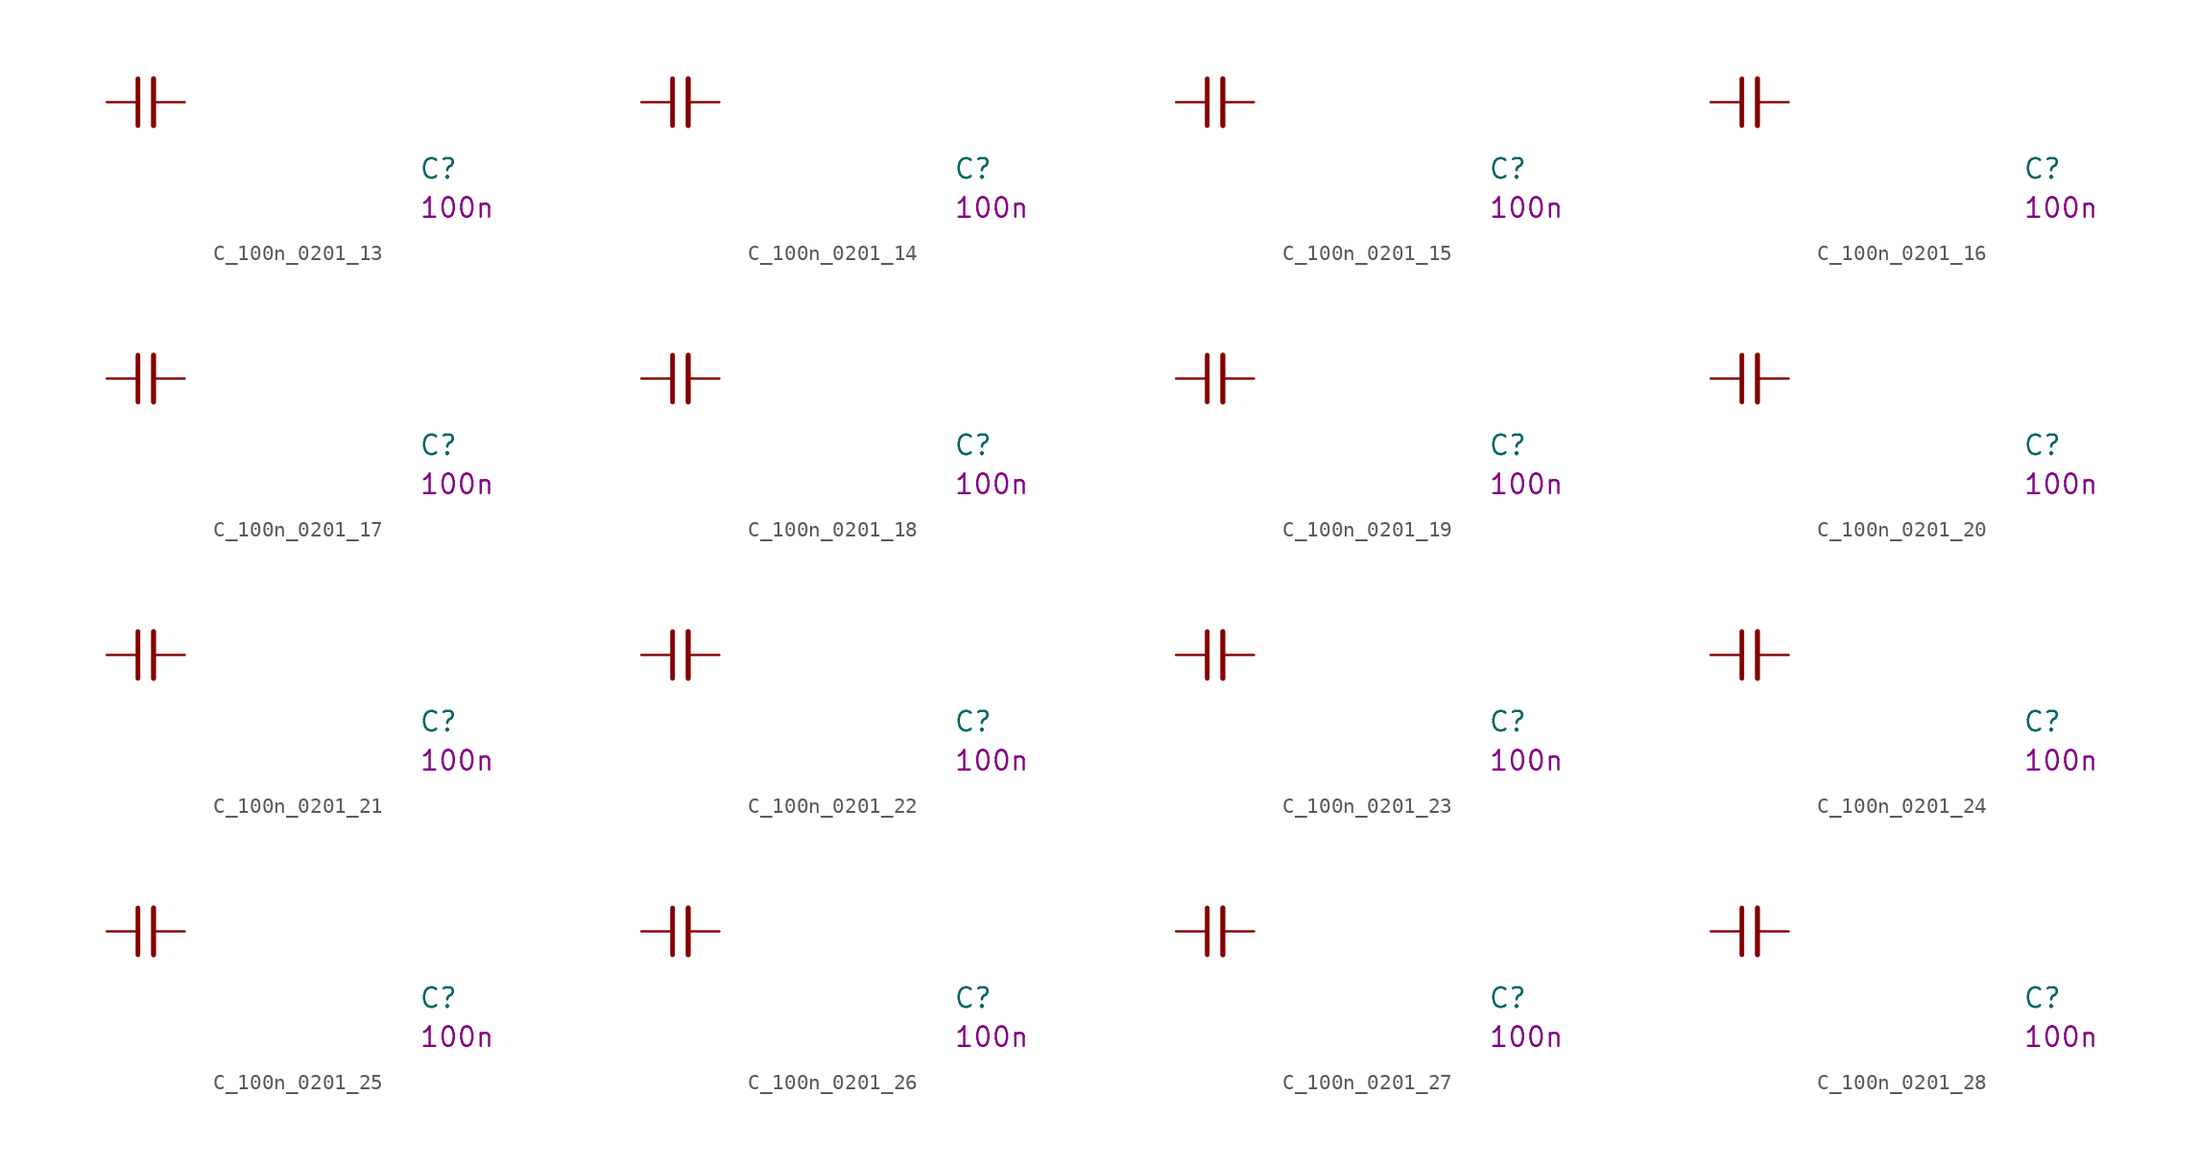
<source format=kicad_sym>
(kicad_symbol_lib
  (version 20211014)
  (generator kicad_symbol_editor)
  (symbol "data-center-rdimm-ddr4-tester:C_100n_0201_13"
    (pin_numbers hide)
    (pin_names hide)
    (property "Reference" "C"
      (at 20.32 -5.08 0)
      (effects (font (size 1.27 1.27) (thickness 0.15)) (justify left bottom)))
    (property "Val" "100n"
      (at 20.32 -7.62 0)
      (effects (font (size 1.27 1.27) (thickness 0.15)) (justify left bottom)))
    (symbol "C_100n_0201_13_0_1"
      (polyline (pts (xy 2.032 -1.524) (xy 2.032 1.524)) (stroke (width 0.305) (type default)) (fill (type none)))
      (polyline (pts (xy 3.048 -1.524) (xy 3.048 1.524)) (stroke (width 0.33) (type default)) (fill (type none))))
    (symbol "C_100n_0201_13_1_1"
      (pin passive line (at 0 0 0) (length 2.032) (name "~" (effects (font (size 1.27 1.27)))) (number "1" (effects (font (size 1.27 1.27)))))
      (pin passive line (at 5.08 0 180) (length 2.032) (name "~" (effects (font (size 1.27 1.27)))) (number "2" (effects (font (size 1.27 1.27)))))))
  (symbol "data-center-rdimm-ddr4-tester:C_100n_0201_14"
    (pin_numbers hide)
    (pin_names hide)
    (property "Reference" "C"
      (at 20.32 -5.08 0)
      (effects (font (size 1.27 1.27) (thickness 0.15)) (justify left bottom)))
    (property "Val" "100n"
      (at 20.32 -7.62 0)
      (effects (font (size 1.27 1.27) (thickness 0.15)) (justify left bottom)))
    (symbol "C_100n_0201_14_0_1"
      (polyline (pts (xy 2.032 -1.524) (xy 2.032 1.524)) (stroke (width 0.305) (type default)) (fill (type none)))
      (polyline (pts (xy 3.048 -1.524) (xy 3.048 1.524)) (stroke (width 0.33) (type default)) (fill (type none))))
    (symbol "C_100n_0201_14_1_1"
      (pin passive line (at 0 0 0) (length 2.032) (name "~" (effects (font (size 1.27 1.27)))) (number "1" (effects (font (size 1.27 1.27)))))
      (pin passive line (at 5.08 0 180) (length 2.032) (name "~" (effects (font (size 1.27 1.27)))) (number "2" (effects (font (size 1.27 1.27)))))))
  (symbol "data-center-rdimm-ddr4-tester:C_100n_0201_15"
    (pin_numbers hide)
    (pin_names hide)
    (property "Reference" "C"
      (at 20.32 -5.08 0)
      (effects (font (size 1.27 1.27) (thickness 0.15)) (justify left bottom)))
    (property "Val" "100n"
      (at 20.32 -7.62 0)
      (effects (font (size 1.27 1.27) (thickness 0.15)) (justify left bottom)))
    (symbol "C_100n_0201_15_0_1"
      (polyline (pts (xy 2.032 -1.524) (xy 2.032 1.524)) (stroke (width 0.305) (type default)) (fill (type none)))
      (polyline (pts (xy 3.048 -1.524) (xy 3.048 1.524)) (stroke (width 0.33) (type default)) (fill (type none))))
    (symbol "C_100n_0201_15_1_1"
      (pin passive line (at 0 0 0) (length 2.032) (name "~" (effects (font (size 1.27 1.27)))) (number "1" (effects (font (size 1.27 1.27)))))
      (pin passive line (at 5.08 0 180) (length 2.032) (name "~" (effects (font (size 1.27 1.27)))) (number "2" (effects (font (size 1.27 1.27)))))))
  (symbol "data-center-rdimm-ddr4-tester:C_100n_0201_16"
    (pin_numbers hide)
    (pin_names hide)
    (property "Reference" "C"
      (at 20.32 -5.08 0)
      (effects (font (size 1.27 1.27) (thickness 0.15)) (justify left bottom)))
    (property "Val" "100n"
      (at 20.32 -7.62 0)
      (effects (font (size 1.27 1.27) (thickness 0.15)) (justify left bottom)))
    (symbol "C_100n_0201_16_0_1"
      (polyline (pts (xy 2.032 -1.524) (xy 2.032 1.524)) (stroke (width 0.305) (type default)) (fill (type none)))
      (polyline (pts (xy 3.048 -1.524) (xy 3.048 1.524)) (stroke (width 0.33) (type default)) (fill (type none))))
    (symbol "C_100n_0201_16_1_1"
      (pin passive line (at 0 0 0) (length 2.032) (name "~" (effects (font (size 1.27 1.27)))) (number "1" (effects (font (size 1.27 1.27)))))
      (pin passive line (at 5.08 0 180) (length 2.032) (name "~" (effects (font (size 1.27 1.27)))) (number "2" (effects (font (size 1.27 1.27)))))))
  (symbol "data-center-rdimm-ddr4-tester:C_100n_0201_17"
    (pin_numbers hide)
    (pin_names hide)
    (property "Reference" "C"
      (at 20.32 -5.08 0)
      (effects (font (size 1.27 1.27) (thickness 0.15)) (justify left bottom)))
    (property "Val" "100n"
      (at 20.32 -7.62 0)
      (effects (font (size 1.27 1.27) (thickness 0.15)) (justify left bottom)))
    (symbol "C_100n_0201_17_0_1"
      (polyline (pts (xy 2.032 -1.524) (xy 2.032 1.524)) (stroke (width 0.305) (type default)) (fill (type none)))
      (polyline (pts (xy 3.048 -1.524) (xy 3.048 1.524)) (stroke (width 0.33) (type default)) (fill (type none))))
    (symbol "C_100n_0201_17_1_1"
      (pin passive line (at 0 0 0) (length 2.032) (name "~" (effects (font (size 1.27 1.27)))) (number "1" (effects (font (size 1.27 1.27)))))
      (pin passive line (at 5.08 0 180) (length 2.032) (name "~" (effects (font (size 1.27 1.27)))) (number "2" (effects (font (size 1.27 1.27)))))))
  (symbol "data-center-rdimm-ddr4-tester:C_100n_0201_18"
    (pin_numbers hide)
    (pin_names hide)
    (property "Reference" "C"
      (at 20.32 -5.08 0)
      (effects (font (size 1.27 1.27) (thickness 0.15)) (justify left bottom)))
    (property "Val" "100n"
      (at 20.32 -7.62 0)
      (effects (font (size 1.27 1.27) (thickness 0.15)) (justify left bottom)))
    (symbol "C_100n_0201_18_0_1"
      (polyline (pts (xy 2.032 -1.524) (xy 2.032 1.524)) (stroke (width 0.305) (type default)) (fill (type none)))
      (polyline (pts (xy 3.048 -1.524) (xy 3.048 1.524)) (stroke (width 0.33) (type default)) (fill (type none))))
    (symbol "C_100n_0201_18_1_1"
      (pin passive line (at 0 0 0) (length 2.032) (name "~" (effects (font (size 1.27 1.27)))) (number "1" (effects (font (size 1.27 1.27)))))
      (pin passive line (at 5.08 0 180) (length 2.032) (name "~" (effects (font (size 1.27 1.27)))) (number "2" (effects (font (size 1.27 1.27)))))))
  (symbol "data-center-rdimm-ddr4-tester:C_100n_0201_19"
    (pin_numbers hide)
    (pin_names hide)
    (property "Reference" "C"
      (at 20.32 -5.08 0)
      (effects (font (size 1.27 1.27) (thickness 0.15)) (justify left bottom)))
    (property "Val" "100n"
      (at 20.32 -7.62 0)
      (effects (font (size 1.27 1.27) (thickness 0.15)) (justify left bottom)))
    (symbol "C_100n_0201_19_0_1"
      (polyline (pts (xy 2.032 -1.524) (xy 2.032 1.524)) (stroke (width 0.305) (type default)) (fill (type none)))
      (polyline (pts (xy 3.048 -1.524) (xy 3.048 1.524)) (stroke (width 0.33) (type default)) (fill (type none))))
    (symbol "C_100n_0201_19_1_1"
      (pin passive line (at 0 0 0) (length 2.032) (name "~" (effects (font (size 1.27 1.27)))) (number "1" (effects (font (size 1.27 1.27)))))
      (pin passive line (at 5.08 0 180) (length 2.032) (name "~" (effects (font (size 1.27 1.27)))) (number "2" (effects (font (size 1.27 1.27)))))))
  (symbol "data-center-rdimm-ddr4-tester:C_100n_0201_20"
    (pin_numbers hide)
    (pin_names hide)
    (property "Reference" "C"
      (at 20.32 -5.08 0)
      (effects (font (size 1.27 1.27) (thickness 0.15)) (justify left bottom)))
    (property "Val" "100n"
      (at 20.32 -7.62 0)
      (effects (font (size 1.27 1.27) (thickness 0.15)) (justify left bottom)))
    (symbol "C_100n_0201_20_0_1"
      (polyline (pts (xy 2.032 -1.524) (xy 2.032 1.524)) (stroke (width 0.305) (type default)) (fill (type none)))
      (polyline (pts (xy 3.048 -1.524) (xy 3.048 1.524)) (stroke (width 0.33) (type default)) (fill (type none))))
    (symbol "C_100n_0201_20_1_1"
      (pin passive line (at 0 0 0) (length 2.032) (name "~" (effects (font (size 1.27 1.27)))) (number "1" (effects (font (size 1.27 1.27)))))
      (pin passive line (at 5.08 0 180) (length 2.032) (name "~" (effects (font (size 1.27 1.27)))) (number "2" (effects (font (size 1.27 1.27)))))))
  (symbol "data-center-rdimm-ddr4-tester:C_100n_0201_21"
    (pin_numbers hide)
    (pin_names hide)
    (property "Reference" "C"
      (at 20.32 -5.08 0)
      (effects (font (size 1.27 1.27) (thickness 0.15)) (justify left bottom)))
    (property "Val" "100n"
      (at 20.32 -7.62 0)
      (effects (font (size 1.27 1.27) (thickness 0.15)) (justify left bottom)))
    (symbol "C_100n_0201_21_0_1"
      (polyline (pts (xy 2.032 -1.524) (xy 2.032 1.524)) (stroke (width 0.305) (type default)) (fill (type none)))
      (polyline (pts (xy 3.048 -1.524) (xy 3.048 1.524)) (stroke (width 0.33) (type default)) (fill (type none))))
    (symbol "C_100n_0201_21_1_1"
      (pin passive line (at 0 0 0) (length 2.032) (name "~" (effects (font (size 1.27 1.27)))) (number "1" (effects (font (size 1.27 1.27)))))
      (pin passive line (at 5.08 0 180) (length 2.032) (name "~" (effects (font (size 1.27 1.27)))) (number "2" (effects (font (size 1.27 1.27)))))))
  (symbol "data-center-rdimm-ddr4-tester:C_100n_0201_22"
    (pin_numbers hide)
    (pin_names hide)
    (property "Reference" "C"
      (at 20.32 -5.08 0)
      (effects (font (size 1.27 1.27) (thickness 0.15)) (justify left bottom)))
    (property "Val" "100n"
      (at 20.32 -7.62 0)
      (effects (font (size 1.27 1.27) (thickness 0.15)) (justify left bottom)))
    (symbol "C_100n_0201_22_0_1"
      (polyline (pts (xy 2.032 -1.524) (xy 2.032 1.524)) (stroke (width 0.305) (type default)) (fill (type none)))
      (polyline (pts (xy 3.048 -1.524) (xy 3.048 1.524)) (stroke (width 0.33) (type default)) (fill (type none))))
    (symbol "C_100n_0201_22_1_1"
      (pin passive line (at 0 0 0) (length 2.032) (name "~" (effects (font (size 1.27 1.27)))) (number "1" (effects (font (size 1.27 1.27)))))
      (pin passive line (at 5.08 0 180) (length 2.032) (name "~" (effects (font (size 1.27 1.27)))) (number "2" (effects (font (size 1.27 1.27)))))))
  (symbol "data-center-rdimm-ddr4-tester:C_100n_0201_23"
    (pin_numbers hide)
    (pin_names hide)
    (property "Reference" "C"
      (at 20.32 -5.08 0)
      (effects (font (size 1.27 1.27) (thickness 0.15)) (justify left bottom)))
    (property "Val" "100n"
      (at 20.32 -7.62 0)
      (effects (font (size 1.27 1.27) (thickness 0.15)) (justify left bottom)))
    (symbol "C_100n_0201_23_0_1"
      (polyline (pts (xy 2.032 -1.524) (xy 2.032 1.524)) (stroke (width 0.305) (type default)) (fill (type none)))
      (polyline (pts (xy 3.048 -1.524) (xy 3.048 1.524)) (stroke (width 0.33) (type default)) (fill (type none))))
    (symbol "C_100n_0201_23_1_1"
      (pin passive line (at 0 0 0) (length 2.032) (name "~" (effects (font (size 1.27 1.27)))) (number "1" (effects (font (size 1.27 1.27)))))
      (pin passive line (at 5.08 0 180) (length 2.032) (name "~" (effects (font (size 1.27 1.27)))) (number "2" (effects (font (size 1.27 1.27)))))))
  (symbol "data-center-rdimm-ddr4-tester:C_100n_0201_24"
    (pin_numbers hide)
    (pin_names hide)
    (property "Reference" "C"
      (at 20.32 -5.08 0)
      (effects (font (size 1.27 1.27) (thickness 0.15)) (justify left bottom)))
    (property "Val" "100n"
      (at 20.32 -7.62 0)
      (effects (font (size 1.27 1.27) (thickness 0.15)) (justify left bottom)))
    (symbol "C_100n_0201_24_0_1"
      (polyline (pts (xy 2.032 -1.524) (xy 2.032 1.524)) (stroke (width 0.305) (type default)) (fill (type none)))
      (polyline (pts (xy 3.048 -1.524) (xy 3.048 1.524)) (stroke (width 0.33) (type default)) (fill (type none))))
    (symbol "C_100n_0201_24_1_1"
      (pin passive line (at 0 0 0) (length 2.032) (name "~" (effects (font (size 1.27 1.27)))) (number "1" (effects (font (size 1.27 1.27)))))
      (pin passive line (at 5.08 0 180) (length 2.032) (name "~" (effects (font (size 1.27 1.27)))) (number "2" (effects (font (size 1.27 1.27)))))))
  (symbol "data-center-rdimm-ddr4-tester:C_100n_0201_25"
    (pin_numbers hide)
    (pin_names hide)
    (property "Reference" "C"
      (at 20.32 -5.08 0)
      (effects (font (size 1.27 1.27) (thickness 0.15)) (justify left bottom)))
    (property "Val" "100n"
      (at 20.32 -7.62 0)
      (effects (font (size 1.27 1.27) (thickness 0.15)) (justify left bottom)))
    (symbol "C_100n_0201_25_0_1"
      (polyline (pts (xy 2.032 -1.524) (xy 2.032 1.524)) (stroke (width 0.305) (type default)) (fill (type none)))
      (polyline (pts (xy 3.048 -1.524) (xy 3.048 1.524)) (stroke (width 0.33) (type default)) (fill (type none))))
    (symbol "C_100n_0201_25_1_1"
      (pin passive line (at 0 0 0) (length 2.032) (name "~" (effects (font (size 1.27 1.27)))) (number "1" (effects (font (size 1.27 1.27)))))
      (pin passive line (at 5.08 0 180) (length 2.032) (name "~" (effects (font (size 1.27 1.27)))) (number "2" (effects (font (size 1.27 1.27)))))))
  (symbol "data-center-rdimm-ddr4-tester:C_100n_0201_26"
    (pin_numbers hide)
    (pin_names hide)
    (property "Reference" "C"
      (at 20.32 -5.08 0)
      (effects (font (size 1.27 1.27) (thickness 0.15)) (justify left bottom)))
    (property "Val" "100n"
      (at 20.32 -7.62 0)
      (effects (font (size 1.27 1.27) (thickness 0.15)) (justify left bottom)))
    (symbol "C_100n_0201_26_0_1"
      (polyline (pts (xy 2.032 -1.524) (xy 2.032 1.524)) (stroke (width 0.305) (type default)) (fill (type none)))
      (polyline (pts (xy 3.048 -1.524) (xy 3.048 1.524)) (stroke (width 0.33) (type default)) (fill (type none))))
    (symbol "C_100n_0201_26_1_1"
      (pin passive line (at 0 0 0) (length 2.032) (name "~" (effects (font (size 1.27 1.27)))) (number "1" (effects (font (size 1.27 1.27)))))
      (pin passive line (at 5.08 0 180) (length 2.032) (name "~" (effects (font (size 1.27 1.27)))) (number "2" (effects (font (size 1.27 1.27)))))))
  (symbol "data-center-rdimm-ddr4-tester:C_100n_0201_27"
    (pin_numbers hide)
    (pin_names hide)
    (property "Reference" "C"
      (at 20.32 -5.08 0)
      (effects (font (size 1.27 1.27) (thickness 0.15)) (justify left bottom)))
    (property "Val" "100n"
      (at 20.32 -7.62 0)
      (effects (font (size 1.27 1.27) (thickness 0.15)) (justify left bottom)))
    (symbol "C_100n_0201_27_0_1"
      (polyline (pts (xy 2.032 -1.524) (xy 2.032 1.524)) (stroke (width 0.305) (type default)) (fill (type none)))
      (polyline (pts (xy 3.048 -1.524) (xy 3.048 1.524)) (stroke (width 0.33) (type default)) (fill (type none))))
    (symbol "C_100n_0201_27_1_1"
      (pin passive line (at 0 0 0) (length 2.032) (name "~" (effects (font (size 1.27 1.27)))) (number "1" (effects (font (size 1.27 1.27)))))
      (pin passive line (at 5.08 0 180) (length 2.032) (name "~" (effects (font (size 1.27 1.27)))) (number "2" (effects (font (size 1.27 1.27)))))))
  (symbol "data-center-rdimm-ddr4-tester:C_100n_0201_28"
    (pin_numbers hide)
    (pin_names hide)
    (property "Reference" "C"
      (at 20.32 -5.08 0)
      (effects (font (size 1.27 1.27) (thickness 0.15)) (justify left bottom)))
    (property "Val" "100n"
      (at 20.32 -7.62 0)
      (effects (font (size 1.27 1.27) (thickness 0.15)) (justify left bottom)))
    (symbol "C_100n_0201_28_0_1"
      (polyline (pts (xy 2.032 -1.524) (xy 2.032 1.524)) (stroke (width 0.305) (type default)) (fill (type none)))
      (polyline (pts (xy 3.048 -1.524) (xy 3.048 1.524)) (stroke (width 0.33) (type default)) (fill (type none))))
    (symbol "C_100n_0201_28_1_1"
      (pin passive line (at 0 0 0) (length 2.032) (name "~" (effects (font (size 1.27 1.27)))) (number "1" (effects (font (size 1.27 1.27)))))
      (pin passive line (at 5.08 0 180) (length 2.032) (name "~" (effects (font (size 1.27 1.27)))) (number "2" (effects (font (size 1.27 1.27))))))))
</source>
